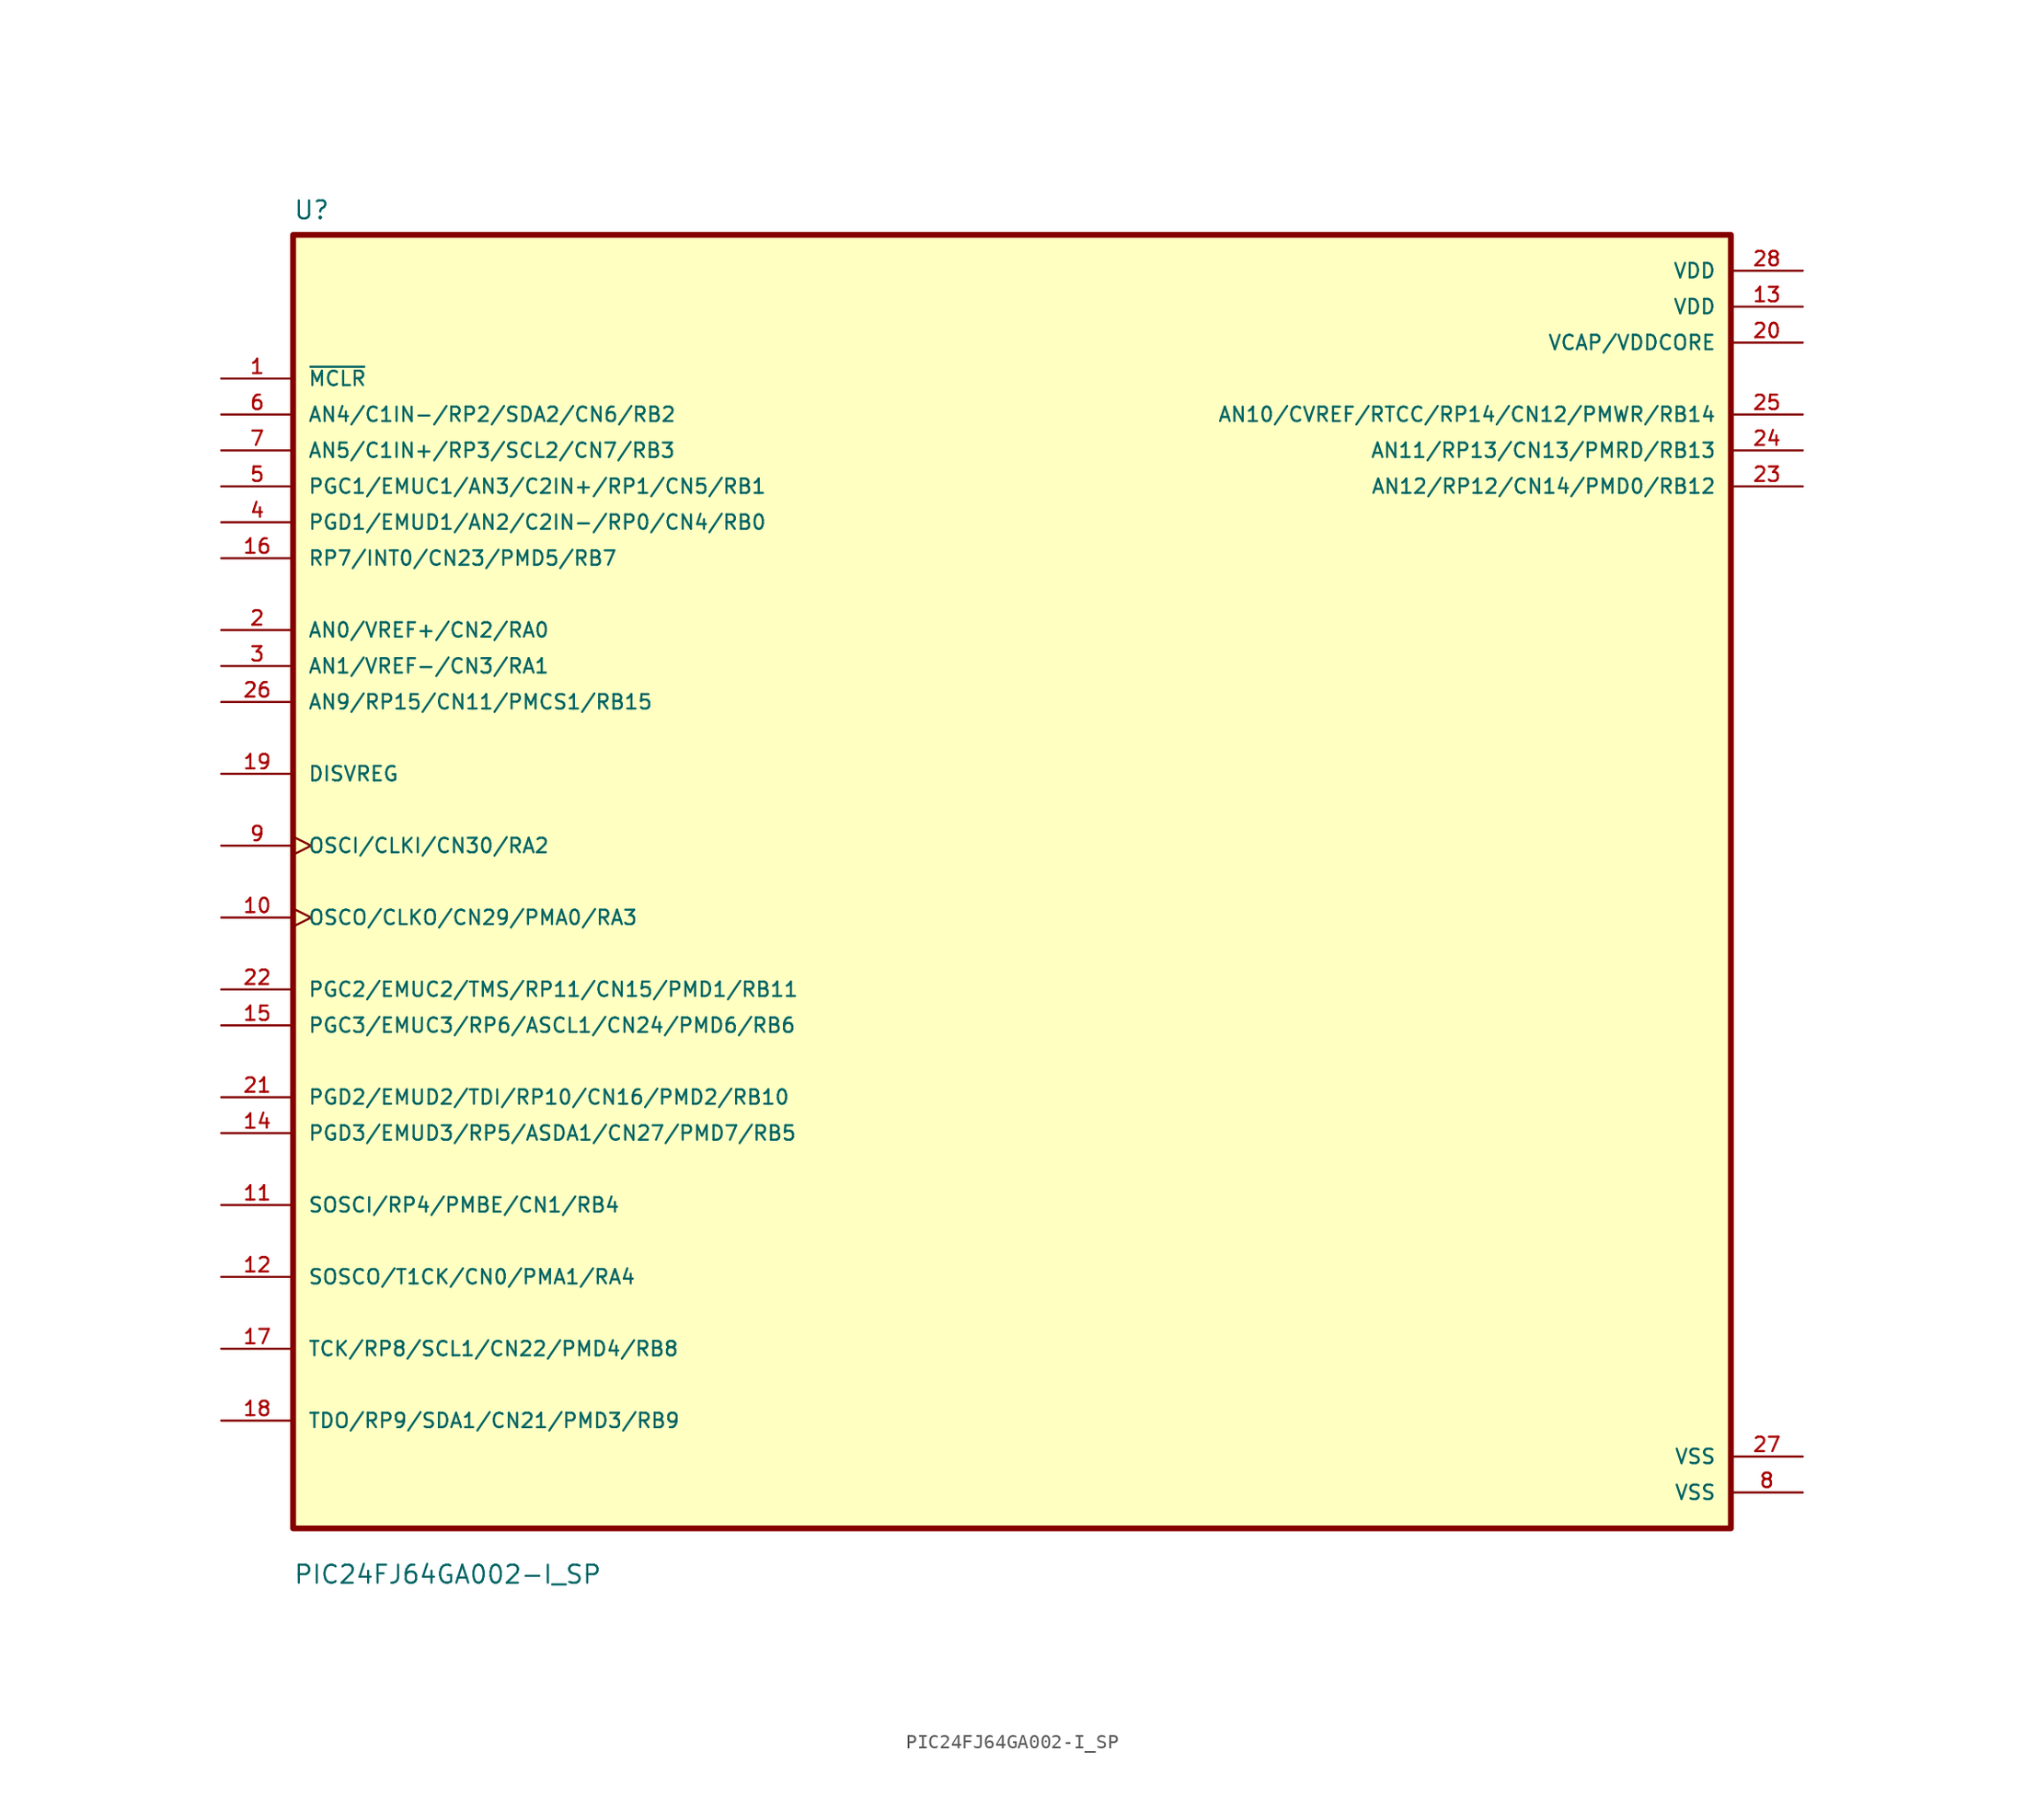
<source format=kicad_sym>
(kicad_symbol_lib
  (version 20220914)
  (generator kicad_symbol_editor)
  (symbol "PIC24FJ64GA002-I_SP"
    (pin_names
      (offset 1.016))
    (property "Reference" "U"
      (at -50.8 46.72 0)
      (effects (font (size 1.27 1.27)) (justify left bottom)))
    (property "Value" "PIC24FJ64GA002-I_SP"
      (at -50.8 -49.72 0)
      (effects (font (size 1.27 1.27)) (justify left bottom)))
    (symbol "PIC24FJ64GA002-I_SP_0_0"
      (rectangle (start -50.8 -45.72) (end 50.8 45.72) (stroke (width 0.41) (type default)) (fill (type background)))
      (pin input line (at -55.88 35.56 0) (length 5.08) (name "~{MCLR}" (effects (font (size 1.016 1.016)))) (number "1" (effects (font (size 1.016 1.016)))))
      (pin bidirectional clock (at -55.88 -2.54 0) (length 5.08) (name "OSCO/CLKO/CN29/PMA0/RA3" (effects (font (size 1.016 1.016)))) (number "10" (effects (font (size 1.016 1.016)))))
      (pin bidirectional line (at -55.88 -22.86 0) (length 5.08) (name "SOSCI/RP4/PMBE/CN1/RB4" (effects (font (size 1.016 1.016)))) (number "11" (effects (font (size 1.016 1.016)))))
      (pin bidirectional line (at -55.88 -27.94 0) (length 5.08) (name "SOSCO/T1CK/CN0/PMA1/RA4" (effects (font (size 1.016 1.016)))) (number "12" (effects (font (size 1.016 1.016)))))
      (pin power_in line (at 55.88 40.64 180) (length 5.08) (name "VDD" (effects (font (size 1.016 1.016)))) (number "13" (effects (font (size 1.016 1.016)))))
      (pin bidirectional line (at -55.88 -17.78 0) (length 5.08) (name "PGD3/EMUD3/RP5/ASDA1/CN27/PMD7/RB5" (effects (font (size 1.016 1.016)))) (number "14" (effects (font (size 1.016 1.016)))))
      (pin bidirectional line (at -55.88 -10.16 0) (length 5.08) (name "PGC3/EMUC3/RP6/ASCL1/CN24/PMD6/RB6" (effects (font (size 1.016 1.016)))) (number "15" (effects (font (size 1.016 1.016)))))
      (pin input line (at -55.88 22.86 0) (length 5.08) (name "RP7/INT0/CN23/PMD5/RB7" (effects (font (size 1.016 1.016)))) (number "16" (effects (font (size 1.016 1.016)))))
      (pin bidirectional line (at -55.88 -33.02 0) (length 5.08) (name "TCK/RP8/SCL1/CN22/PMD4/RB8" (effects (font (size 1.016 1.016)))) (number "17" (effects (font (size 1.016 1.016)))))
      (pin bidirectional line (at -55.88 -38.1 0) (length 5.08) (name "TDO/RP9/SDA1/CN21/PMD3/RB9" (effects (font (size 1.016 1.016)))) (number "18" (effects (font (size 1.016 1.016)))))
      (pin bidirectional line (at -55.88 7.62 0) (length 5.08) (name "DISVREG" (effects (font (size 1.016 1.016)))) (number "19" (effects (font (size 1.016 1.016)))))
      (pin bidirectional line (at -55.88 17.78 0) (length 5.08) (name "AN0/VREF+/CN2/RA0" (effects (font (size 1.016 1.016)))) (number "2" (effects (font (size 1.016 1.016)))))
      (pin power_in line (at 55.88 38.1 180) (length 5.08) (name "VCAP/VDDCORE" (effects (font (size 1.016 1.016)))) (number "20" (effects (font (size 1.016 1.016)))))
      (pin bidirectional line (at -55.88 -15.24 0) (length 5.08) (name "PGD2/EMUD2/TDI/RP10/CN16/PMD2/RB10" (effects (font (size 1.016 1.016)))) (number "21" (effects (font (size 1.016 1.016)))))
      (pin bidirectional line (at -55.88 -7.62 0) (length 5.08) (name "PGC2/EMUC2/TMS/RP11/CN15/PMD1/RB11" (effects (font (size 1.016 1.016)))) (number "22" (effects (font (size 1.016 1.016)))))
      (pin bidirectional line (at 55.88 27.94 180) (length 5.08) (name "AN12/RP12/CN14/PMD0/RB12" (effects (font (size 1.016 1.016)))) (number "23" (effects (font (size 1.016 1.016)))))
      (pin bidirectional line (at 55.88 30.48 180) (length 5.08) (name "AN11/RP13/CN13/PMRD/RB13" (effects (font (size 1.016 1.016)))) (number "24" (effects (font (size 1.016 1.016)))))
      (pin bidirectional line (at 55.88 33.02 180) (length 5.08) (name "AN10/CVREF/RTCC/RP14/CN12/PMWR/RB14" (effects (font (size 1.016 1.016)))) (number "25" (effects (font (size 1.016 1.016)))))
      (pin bidirectional line (at -55.88 12.7 0) (length 5.08) (name "AN9/RP15/CN11/PMCS1/RB15" (effects (font (size 1.016 1.016)))) (number "26" (effects (font (size 1.016 1.016)))))
      (pin power_in line (at 55.88 -40.64 180) (length 5.08) (name "VSS" (effects (font (size 1.016 1.016)))) (number "27" (effects (font (size 1.016 1.016)))))
      (pin power_in line (at 55.88 43.18 180) (length 5.08) (name "VDD" (effects (font (size 1.016 1.016)))) (number "28" (effects (font (size 1.016 1.016)))))
      (pin bidirectional line (at -55.88 15.24 0) (length 5.08) (name "AN1/VREF-/CN3/RA1" (effects (font (size 1.016 1.016)))) (number "3" (effects (font (size 1.016 1.016)))))
      (pin input line (at -55.88 25.4 0) (length 5.08) (name "PGD1/EMUD1/AN2/C2IN-/RP0/CN4/RB0" (effects (font (size 1.016 1.016)))) (number "4" (effects (font (size 1.016 1.016)))))
      (pin input line (at -55.88 27.94 0) (length 5.08) (name "PGC1/EMUC1/AN3/C2IN+/RP1/CN5/RB1" (effects (font (size 1.016 1.016)))) (number "5" (effects (font (size 1.016 1.016)))))
      (pin input line (at -55.88 33.02 0) (length 5.08) (name "AN4/C1IN-/RP2/SDA2/CN6/RB2" (effects (font (size 1.016 1.016)))) (number "6" (effects (font (size 1.016 1.016)))))
      (pin input line (at -55.88 30.48 0) (length 5.08) (name "AN5/C1IN+/RP3/SCL2/CN7/RB3" (effects (font (size 1.016 1.016)))) (number "7" (effects (font (size 1.016 1.016)))))
      (pin power_in line (at 55.88 -43.18 180) (length 5.08) (name "VSS" (effects (font (size 1.016 1.016)))) (number "8" (effects (font (size 1.016 1.016)))))
      (pin bidirectional clock (at -55.88 2.54 0) (length 5.08) (name "OSCI/CLKI/CN30/RA2" (effects (font (size 1.016 1.016)))) (number "9" (effects (font (size 1.016 1.016))))))))
</source>
